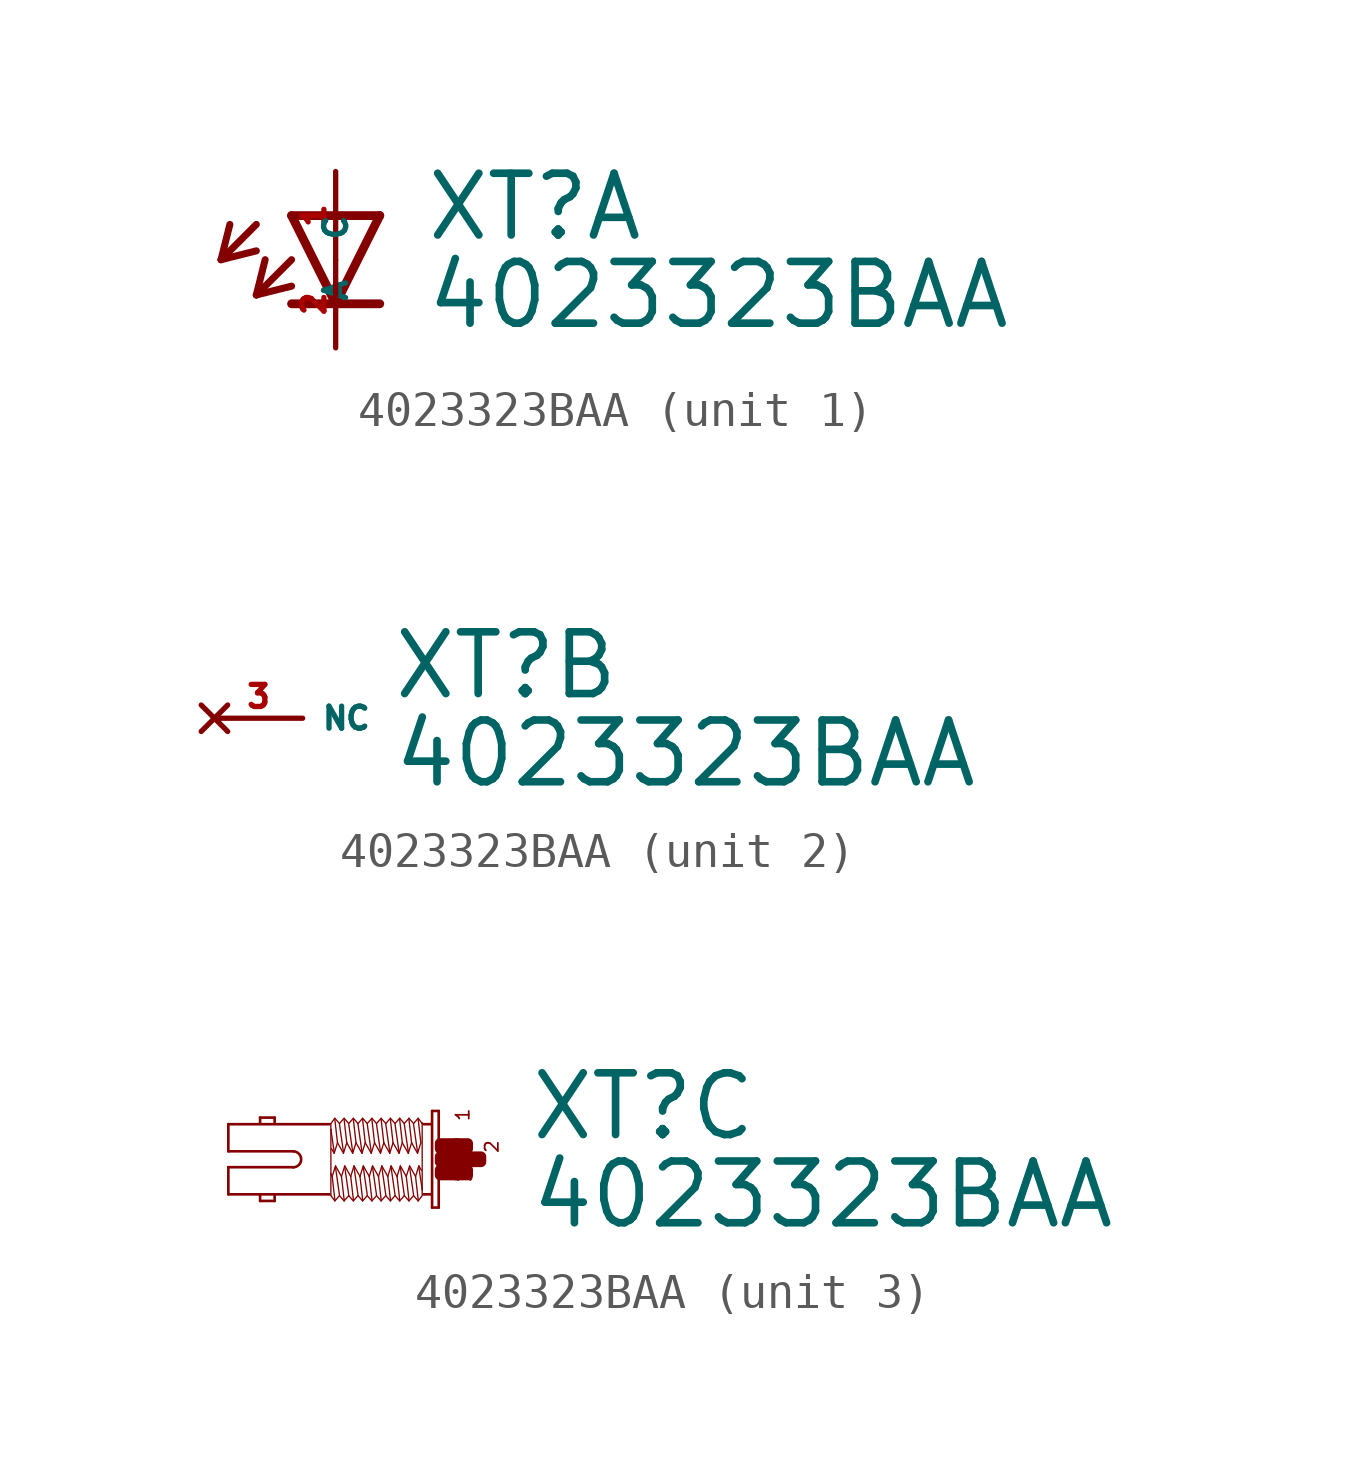
<source format=kicad_sym>
(kicad_symbol_lib
  (version 20220914)
  (generator Eagle2Kicad)
  (symbol "4023323BAA"
    (property "Reference" "XT"
      (at 2.54 0.483 0)
      (effects (font (size 1.778 1.778) (thickness 0.22)) (justify left bottom)))
    (property "Value" "4023323BAA"
      (at 2.54 -2.057 0)
      (effects (font (size 1.778 1.778) (thickness 0.22)) (justify left bottom)))
    (symbol "4023323BAA_1_0"
      (polyline (pts (xy -1.27 1.27) (xy 0 -1.27)) (stroke (width 0.254) (type default)) (fill (type none)))
      (polyline (pts (xy 0 -1.27) (xy 1.27 1.27)) (stroke (width 0.254) (type default)) (fill (type none)))
      (polyline (pts (xy 1.27 -1.27) (xy 0 -1.27)) (stroke (width 0.254) (type default)) (fill (type none)))
      (polyline (pts (xy 1.27 1.27) (xy -1.27 1.27)) (stroke (width 0.254) (type default)) (fill (type none)))
      (polyline (pts (xy 0 -1.27) (xy -1.27 -1.27)) (stroke (width 0.254) (type default)) (fill (type none)))
      (polyline (pts (xy -2.286 1.016) (xy -3.302 0)) (stroke (width 0.203) (type default)) (fill (type none)))
      (polyline (pts (xy -3.302 0) (xy -2.286 0.254)) (stroke (width 0.203) (type default)) (fill (type none)))
      (polyline (pts (xy -3.302 0) (xy -3.048 1.016)) (stroke (width 0.203) (type default)) (fill (type none)))
      (polyline (pts (xy -1.27 0) (xy -2.286 -1.016)) (stroke (width 0.203) (type default)) (fill (type none)))
      (polyline (pts (xy -2.286 -1.016) (xy -1.27 -0.762)) (stroke (width 0.203) (type default)) (fill (type none)))
      (polyline (pts (xy -2.286 -1.016) (xy -2.032 0)) (stroke (width 0.203) (type default)) (fill (type none)))
      (pin passive line (at 0 2.54 270) (length 2.54) (name "A" (effects (font (size 0.635 0.635) (thickness 0.08)) (justify left bottom))) (number "1" (effects (font (size 0.635 0.635) (thickness 0.08)) (justify left bottom))))
      (pin passive line (at 0 -2.54 90) (length 2.54) (name "C" (effects (font (size 0.635 0.635) (thickness 0.08)) (justify left bottom))) (number "2" (effects (font (size 0.635 0.635) (thickness 0.08)) (justify left bottom)))))
    (symbol "4023323BAA_2_0"
      (pin no_connect line (at -2.54 0 0) (length 2.54) (name "NC" (effects (font (size 0.635 0.635) (thickness 0.08)) (justify left bottom) hide)) (number "3" (effects (font (size 0.635 0.635) (thickness 0.08)) (justify left bottom) hide))))
    (symbol "4023323BAA_3_0"
      (polyline (pts (xy -0.038 1.391) (xy -0.038 -1.391)) (stroke (width 0.076) (type default)) (fill (type none)))
      (polyline (pts (xy -0.038 -1.391) (xy -0.229 -1.391)) (stroke (width 0.076) (type default)) (fill (type none)))
      (polyline (pts (xy -0.229 -1.391) (xy -0.229 1.391)) (stroke (width 0.076) (type default)) (fill (type none)))
      (polyline (pts (xy -0.229 1.391) (xy -0.038 1.391)) (stroke (width 0.076) (type default)) (fill (type none)))
      (polyline (pts (xy -0.267 1.01) (xy -0.476 1.01)) (stroke (width 0.076) (type default)) (fill (type none)))
      (polyline (pts (xy -0.267 -1.01) (xy -0.476 -1.01)) (stroke (width 0.076) (type default)) (fill (type none)))
      (polyline (pts (xy -3.181 -1.01) (xy -6.096 -1.01)) (stroke (width 0.076) (type default)) (fill (type none)))
      (polyline (pts (xy -6.096 -1.01) (xy -6.096 -0.229)) (stroke (width 0.076) (type default)) (fill (type none)))
      (polyline (pts (xy -6.096 -0.229) (xy -4.229 -0.229)) (stroke (width 0.076) (type default)) (fill (type none)))
      (polyline (pts (xy -4.229 0.229) (xy -6.096 0.229)) (stroke (width 0.076) (type default)) (fill (type none)))
      (polyline (pts (xy -6.096 0.229) (xy -6.096 1.01)) (stroke (width 0.076) (type default)) (fill (type none)))
      (polyline (pts (xy -6.096 1.01) (xy -3.181 1.01)) (stroke (width 0.076) (type default)) (fill (type none)))
      (polyline (pts (xy -4.763 -1.029) (xy -4.763 -1.2)) (stroke (width 0.076) (type default)) (fill (type none)))
      (polyline (pts (xy -4.763 -1.2) (xy -5.182 -1.2)) (stroke (width 0.076) (type default)) (fill (type none)))
      (polyline (pts (xy -5.182 -1.2) (xy -5.182 -1.048)) (stroke (width 0.076) (type default)) (fill (type none)))
      (polyline (pts (xy -4.763 1.067) (xy -4.763 1.2)) (stroke (width 0.076) (type default)) (fill (type none)))
      (polyline (pts (xy -4.763 1.2) (xy -5.182 1.2)) (stroke (width 0.076) (type default)) (fill (type none)))
      (polyline (pts (xy -5.182 1.2) (xy -5.182 1.048)) (stroke (width 0.076) (type default)) (fill (type none)))
      (polyline (pts (xy -0.514 -1.048) (xy -0.629 -1.2)) (stroke (width 0.038) (type default)) (fill (type none)))
      (polyline (pts (xy -0.629 -1.2) (xy -0.762 -1.048)) (stroke (width 0.038) (type default)) (fill (type none)))
      (polyline (pts (xy -0.762 -1.048) (xy -0.895 -1.2)) (stroke (width 0.038) (type default)) (fill (type none)))
      (polyline (pts (xy -0.895 -1.2) (xy -1.029 -1.048)) (stroke (width 0.038) (type default)) (fill (type none)))
      (polyline (pts (xy -1.029 -1.048) (xy -1.162 -1.2)) (stroke (width 0.038) (type default)) (fill (type none)))
      (polyline (pts (xy -1.162 -1.2) (xy -1.295 -1.048)) (stroke (width 0.038) (type default)) (fill (type none)))
      (polyline (pts (xy -1.295 -1.048) (xy -1.429 -1.2)) (stroke (width 0.038) (type default)) (fill (type none)))
      (polyline (pts (xy -1.429 -1.2) (xy -1.562 -1.048)) (stroke (width 0.038) (type default)) (fill (type none)))
      (polyline (pts (xy -1.562 -1.048) (xy -1.696 -1.2)) (stroke (width 0.038) (type default)) (fill (type none)))
      (polyline (pts (xy -1.696 -1.2) (xy -1.829 -1.048)) (stroke (width 0.038) (type default)) (fill (type none)))
      (polyline (pts (xy -1.829 -1.048) (xy -1.962 -1.2)) (stroke (width 0.038) (type default)) (fill (type none)))
      (polyline (pts (xy -1.962 -1.2) (xy -2.095 -1.048)) (stroke (width 0.038) (type default)) (fill (type none)))
      (polyline (pts (xy -2.095 -1.048) (xy -2.229 -1.2)) (stroke (width 0.038) (type default)) (fill (type none)))
      (polyline (pts (xy -2.229 -1.2) (xy -2.362 -1.048)) (stroke (width 0.038) (type default)) (fill (type none)))
      (polyline (pts (xy -2.362 -1.048) (xy -2.496 -1.2)) (stroke (width 0.038) (type default)) (fill (type none)))
      (polyline (pts (xy -2.496 -1.2) (xy -2.629 -1.048)) (stroke (width 0.038) (type default)) (fill (type none)))
      (polyline (pts (xy -2.629 -1.048) (xy -2.762 -1.2)) (stroke (width 0.038) (type default)) (fill (type none)))
      (polyline (pts (xy -2.762 -1.2) (xy -2.896 -1.048)) (stroke (width 0.038) (type default)) (fill (type none)))
      (polyline (pts (xy -2.896 -1.048) (xy -3.029 -1.2)) (stroke (width 0.038) (type default)) (fill (type none)))
      (polyline (pts (xy -3.029 -1.2) (xy -3.143 -1.048)) (stroke (width 0.038) (type default)) (fill (type none)))
      (polyline (pts (xy -3.143 -1.048) (xy -3.143 -0.419)) (stroke (width 0.038) (type default)) (fill (type none)))
      (polyline (pts (xy -3.143 -0.419) (xy -3.143 0.857)) (stroke (width 0.038) (type default)) (fill (type none)))
      (polyline (pts (xy -3.143 0.857) (xy -3.143 1.029)) (stroke (width 0.038) (type default)) (fill (type none)))
      (polyline (pts (xy -0.514 1.048) (xy -0.514 1.029)) (stroke (width 0.038) (type default)) (fill (type none)))
      (polyline (pts (xy -0.514 1.029) (xy -0.514 -0.876)) (stroke (width 0.038) (type default)) (fill (type none)))
      (polyline (pts (xy -0.514 -0.876) (xy -0.514 -1.029)) (stroke (width 0.038) (type default)) (fill (type none)))
      (polyline (pts (xy -0.533 -0.324) (xy -0.61 -0.191)) (stroke (width 0.038) (type default)) (fill (type none)))
      (polyline (pts (xy -0.61 -0.191) (xy -0.705 -0.495)) (stroke (width 0.038) (type default)) (fill (type none)))
      (polyline (pts (xy -0.705 -0.495) (xy -0.876 -0.191)) (stroke (width 0.038) (type default)) (fill (type none)))
      (polyline (pts (xy -0.876 -0.191) (xy -0.972 -0.495)) (stroke (width 0.038) (type default)) (fill (type none)))
      (polyline (pts (xy -0.972 -0.495) (xy -1.143 -0.191)) (stroke (width 0.038) (type default)) (fill (type none)))
      (polyline (pts (xy -1.143 -0.191) (xy -1.238 -0.495)) (stroke (width 0.038) (type default)) (fill (type none)))
      (polyline (pts (xy -1.238 -0.495) (xy -1.41 -0.191)) (stroke (width 0.038) (type default)) (fill (type none)))
      (polyline (pts (xy -1.41 -0.191) (xy -1.505 -0.495)) (stroke (width 0.038) (type default)) (fill (type none)))
      (polyline (pts (xy -1.505 -0.495) (xy -1.676 -0.191)) (stroke (width 0.038) (type default)) (fill (type none)))
      (polyline (pts (xy -1.676 -0.191) (xy -1.772 -0.495)) (stroke (width 0.038) (type default)) (fill (type none)))
      (polyline (pts (xy -1.772 -0.495) (xy -1.943 -0.191)) (stroke (width 0.038) (type default)) (fill (type none)))
      (polyline (pts (xy -1.943 -0.191) (xy -2.038 -0.495)) (stroke (width 0.038) (type default)) (fill (type none)))
      (polyline (pts (xy -2.038 -0.495) (xy -2.21 -0.191)) (stroke (width 0.038) (type default)) (fill (type none)))
      (polyline (pts (xy -2.21 -0.191) (xy -2.305 -0.495)) (stroke (width 0.038) (type default)) (fill (type none)))
      (polyline (pts (xy -2.305 -0.495) (xy -2.477 -0.191)) (stroke (width 0.038) (type default)) (fill (type none)))
      (polyline (pts (xy -2.477 -0.191) (xy -2.572 -0.495)) (stroke (width 0.038) (type default)) (fill (type none)))
      (polyline (pts (xy -2.572 -0.495) (xy -2.743 -0.191)) (stroke (width 0.038) (type default)) (fill (type none)))
      (polyline (pts (xy -2.743 -0.191) (xy -2.838 -0.495)) (stroke (width 0.038) (type default)) (fill (type none)))
      (polyline (pts (xy -2.838 -0.495) (xy -3.01 -0.191)) (stroke (width 0.038) (type default)) (fill (type none)))
      (polyline (pts (xy -3.01 -0.191) (xy -3.105 -0.495)) (stroke (width 0.038) (type default)) (fill (type none)))
      (polyline (pts (xy -3.105 -0.495) (xy -3.143 -0.419)) (stroke (width 0.038) (type default)) (fill (type none)))
      (polyline (pts (xy -3.029 -1.162) (xy -3.105 -0.495)) (stroke (width 0.038) (type default)) (fill (type none)))
      (polyline (pts (xy -2.896 -1.029) (xy -3.01 -0.229)) (stroke (width 0.038) (type default)) (fill (type none)))
      (polyline (pts (xy -2.762 -1.162) (xy -2.838 -0.495)) (stroke (width 0.038) (type default)) (fill (type none)))
      (polyline (pts (xy -2.629 -1.029) (xy -2.743 -0.229)) (stroke (width 0.038) (type default)) (fill (type none)))
      (polyline (pts (xy -2.496 -1.162) (xy -2.572 -0.495)) (stroke (width 0.038) (type default)) (fill (type none)))
      (polyline (pts (xy -2.362 -1.029) (xy -2.477 -0.229)) (stroke (width 0.038) (type default)) (fill (type none)))
      (polyline (pts (xy -2.229 -1.162) (xy -2.305 -0.495)) (stroke (width 0.038) (type default)) (fill (type none)))
      (polyline (pts (xy -2.095 -1.029) (xy -2.21 -0.229)) (stroke (width 0.038) (type default)) (fill (type none)))
      (polyline (pts (xy -1.962 -1.162) (xy -2.038 -0.495)) (stroke (width 0.038) (type default)) (fill (type none)))
      (polyline (pts (xy -1.829 -1.029) (xy -1.943 -0.229)) (stroke (width 0.038) (type default)) (fill (type none)))
      (polyline (pts (xy -1.696 -1.162) (xy -1.772 -0.495)) (stroke (width 0.038) (type default)) (fill (type none)))
      (polyline (pts (xy -1.562 -1.029) (xy -1.676 -0.229)) (stroke (width 0.038) (type default)) (fill (type none)))
      (polyline (pts (xy -1.429 -1.162) (xy -1.505 -0.495)) (stroke (width 0.038) (type default)) (fill (type none)))
      (polyline (pts (xy -1.295 -1.029) (xy -1.41 -0.229)) (stroke (width 0.038) (type default)) (fill (type none)))
      (polyline (pts (xy -1.162 -1.162) (xy -1.238 -0.495)) (stroke (width 0.038) (type default)) (fill (type none)))
      (polyline (pts (xy -1.029 -1.029) (xy -1.143 -0.229)) (stroke (width 0.038) (type default)) (fill (type none)))
      (polyline (pts (xy -0.895 -1.162) (xy -0.972 -0.495)) (stroke (width 0.038) (type default)) (fill (type none)))
      (polyline (pts (xy -0.762 -1.029) (xy -0.876 -0.229)) (stroke (width 0.038) (type default)) (fill (type none)))
      (polyline (pts (xy -0.629 -1.162) (xy -0.705 -0.495)) (stroke (width 0.038) (type default)) (fill (type none)))
      (polyline (pts (xy -0.514 -0.876) (xy -0.61 -0.229)) (stroke (width 0.038) (type default)) (fill (type none)))
      (polyline (pts (xy -3.143 1.029) (xy -3.029 1.181)) (stroke (width 0.038) (type default)) (fill (type none)))
      (polyline (pts (xy -3.029 1.181) (xy -2.896 1.029)) (stroke (width 0.038) (type default)) (fill (type none)))
      (polyline (pts (xy -2.896 1.029) (xy -2.762 1.181)) (stroke (width 0.038) (type default)) (fill (type none)))
      (polyline (pts (xy -2.762 1.181) (xy -2.629 1.029)) (stroke (width 0.038) (type default)) (fill (type none)))
      (polyline (pts (xy -2.629 1.029) (xy -2.496 1.181)) (stroke (width 0.038) (type default)) (fill (type none)))
      (polyline (pts (xy -2.496 1.181) (xy -2.362 1.029)) (stroke (width 0.038) (type default)) (fill (type none)))
      (polyline (pts (xy -2.362 1.029) (xy -2.229 1.181)) (stroke (width 0.038) (type default)) (fill (type none)))
      (polyline (pts (xy -2.229 1.181) (xy -2.095 1.029)) (stroke (width 0.038) (type default)) (fill (type none)))
      (polyline (pts (xy -2.095 1.029) (xy -1.962 1.181)) (stroke (width 0.038) (type default)) (fill (type none)))
      (polyline (pts (xy -1.962 1.181) (xy -1.829 1.029)) (stroke (width 0.038) (type default)) (fill (type none)))
      (polyline (pts (xy -1.829 1.029) (xy -1.696 1.181)) (stroke (width 0.038) (type default)) (fill (type none)))
      (polyline (pts (xy -1.696 1.181) (xy -1.562 1.029)) (stroke (width 0.038) (type default)) (fill (type none)))
      (polyline (pts (xy -1.562 1.029) (xy -1.429 1.181)) (stroke (width 0.038) (type default)) (fill (type none)))
      (polyline (pts (xy -1.429 1.181) (xy -1.295 1.029)) (stroke (width 0.038) (type default)) (fill (type none)))
      (polyline (pts (xy -1.295 1.029) (xy -1.162 1.181)) (stroke (width 0.038) (type default)) (fill (type none)))
      (polyline (pts (xy -1.162 1.181) (xy -1.029 1.029)) (stroke (width 0.038) (type default)) (fill (type none)))
      (polyline (pts (xy -1.029 1.029) (xy -0.895 1.181)) (stroke (width 0.038) (type default)) (fill (type none)))
      (polyline (pts (xy -0.895 1.181) (xy -0.762 1.029)) (stroke (width 0.038) (type default)) (fill (type none)))
      (polyline (pts (xy -0.762 1.029) (xy -0.629 1.181)) (stroke (width 0.038) (type default)) (fill (type none)))
      (polyline (pts (xy -0.629 1.181) (xy -0.514 1.029)) (stroke (width 0.038) (type default)) (fill (type none)))
      (polyline (pts (xy -3.124 0.305) (xy -3.048 0.172)) (stroke (width 0.038) (type default)) (fill (type none)))
      (polyline (pts (xy -3.048 0.172) (xy -2.953 0.476)) (stroke (width 0.038) (type default)) (fill (type none)))
      (polyline (pts (xy -2.953 0.476) (xy -2.781 0.172)) (stroke (width 0.038) (type default)) (fill (type none)))
      (polyline (pts (xy -2.781 0.172) (xy -2.686 0.476)) (stroke (width 0.038) (type default)) (fill (type none)))
      (polyline (pts (xy -2.686 0.476) (xy -2.515 0.172)) (stroke (width 0.038) (type default)) (fill (type none)))
      (polyline (pts (xy -2.515 0.172) (xy -2.419 0.476)) (stroke (width 0.038) (type default)) (fill (type none)))
      (polyline (pts (xy -2.419 0.476) (xy -2.248 0.172)) (stroke (width 0.038) (type default)) (fill (type none)))
      (polyline (pts (xy -2.248 0.172) (xy -2.153 0.476)) (stroke (width 0.038) (type default)) (fill (type none)))
      (polyline (pts (xy -2.153 0.476) (xy -1.981 0.172)) (stroke (width 0.038) (type default)) (fill (type none)))
      (polyline (pts (xy -1.981 0.172) (xy -1.886 0.476)) (stroke (width 0.038) (type default)) (fill (type none)))
      (polyline (pts (xy -1.886 0.476) (xy -1.714 0.172)) (stroke (width 0.038) (type default)) (fill (type none)))
      (polyline (pts (xy -1.714 0.172) (xy -1.619 0.476)) (stroke (width 0.038) (type default)) (fill (type none)))
      (polyline (pts (xy -1.619 0.476) (xy -1.448 0.172)) (stroke (width 0.038) (type default)) (fill (type none)))
      (polyline (pts (xy -1.448 0.172) (xy -1.353 0.476)) (stroke (width 0.038) (type default)) (fill (type none)))
      (polyline (pts (xy -1.353 0.476) (xy -1.181 0.172)) (stroke (width 0.038) (type default)) (fill (type none)))
      (polyline (pts (xy -1.181 0.172) (xy -1.086 0.476)) (stroke (width 0.038) (type default)) (fill (type none)))
      (polyline (pts (xy -1.086 0.476) (xy -0.914 0.172)) (stroke (width 0.038) (type default)) (fill (type none)))
      (polyline (pts (xy -0.914 0.172) (xy -0.819 0.476)) (stroke (width 0.038) (type default)) (fill (type none)))
      (polyline (pts (xy -0.819 0.476) (xy -0.648 0.172)) (stroke (width 0.038) (type default)) (fill (type none)))
      (polyline (pts (xy -0.648 0.172) (xy -0.552 0.476)) (stroke (width 0.038) (type default)) (fill (type none)))
      (polyline (pts (xy -0.629 1.143) (xy -0.552 0.476)) (stroke (width 0.038) (type default)) (fill (type none)))
      (polyline (pts (xy -0.762 1.01) (xy -0.648 0.21)) (stroke (width 0.038) (type default)) (fill (type none)))
      (polyline (pts (xy -0.895 1.143) (xy -0.819 0.476)) (stroke (width 0.038) (type default)) (fill (type none)))
      (polyline (pts (xy -1.029 1.01) (xy -0.914 0.21)) (stroke (width 0.038) (type default)) (fill (type none)))
      (polyline (pts (xy -1.162 1.143) (xy -1.086 0.476)) (stroke (width 0.038) (type default)) (fill (type none)))
      (polyline (pts (xy -1.295 1.01) (xy -1.181 0.21)) (stroke (width 0.038) (type default)) (fill (type none)))
      (polyline (pts (xy -1.429 1.143) (xy -1.353 0.476)) (stroke (width 0.038) (type default)) (fill (type none)))
      (polyline (pts (xy -1.562 1.01) (xy -1.448 0.21)) (stroke (width 0.038) (type default)) (fill (type none)))
      (polyline (pts (xy -1.696 1.143) (xy -1.619 0.476)) (stroke (width 0.038) (type default)) (fill (type none)))
      (polyline (pts (xy -1.829 1.01) (xy -1.714 0.21)) (stroke (width 0.038) (type default)) (fill (type none)))
      (polyline (pts (xy -1.962 1.143) (xy -1.886 0.476)) (stroke (width 0.038) (type default)) (fill (type none)))
      (polyline (pts (xy -2.095 1.01) (xy -1.981 0.21)) (stroke (width 0.038) (type default)) (fill (type none)))
      (polyline (pts (xy -2.229 1.143) (xy -2.153 0.476)) (stroke (width 0.038) (type default)) (fill (type none)))
      (polyline (pts (xy -2.362 1.01) (xy -2.248 0.21)) (stroke (width 0.038) (type default)) (fill (type none)))
      (polyline (pts (xy -2.496 1.143) (xy -2.419 0.476)) (stroke (width 0.038) (type default)) (fill (type none)))
      (polyline (pts (xy -2.629 1.01) (xy -2.515 0.21)) (stroke (width 0.038) (type default)) (fill (type none)))
      (polyline (pts (xy -2.762 1.143) (xy -2.686 0.476)) (stroke (width 0.038) (type default)) (fill (type none)))
      (polyline (pts (xy -2.896 1.01) (xy -2.781 0.21)) (stroke (width 0.038) (type default)) (fill (type none)))
      (polyline (pts (xy -3.029 1.143) (xy -2.953 0.476)) (stroke (width 0.038) (type default)) (fill (type none)))
      (polyline (pts (xy -3.143 0.857) (xy -3.048 0.21)) (stroke (width 0.038) (type default)) (fill (type none)))
      (arc (start -4.2291 -0.2286) (mid -4.001 0.000) (end -4.2291 0.2286) (stroke (width 0.0762) (type default)) (fill (type none)))
      (text "1" (at 0.876 1.067 1800) (effects (font (size 0.381 0.381) (thickness 0.05)) (justify left bottom)))
      (text "3" (at 0.953 -0.686 1800) (effects (font (size 0.381 0.381) (thickness 0.05)) (justify left bottom)))
      (text "2" (at 1.714 0.152 1800) (effects (font (size 0.381 0.381) (thickness 0.05)) (justify left bottom)))
      (rectangle (start 0 -0.457) (end 0.495 -0.305) (stroke (width 0.3) (type default)) (fill (type outline)))
      (rectangle (start 0 -0.076) (end 0.876 0.076) (stroke (width 0.3) (type default)) (fill (type outline)))
      (rectangle (start 0.457 -0.457) (end 0.8 -0.305) (stroke (width 0.3) (type default)) (fill (type outline)))
      (rectangle (start 0.838 -0.076) (end 1.181 0.076) (stroke (width 0.3) (type default)) (fill (type outline)))
      (rectangle (start 0.457 0.305) (end 0.8 0.457) (stroke (width 0.3) (type default)) (fill (type outline)))
      (rectangle (start 0 0.305) (end 0.495 0.457) (stroke (width 0.3) (type default)) (fill (type outline))))))
</source>
